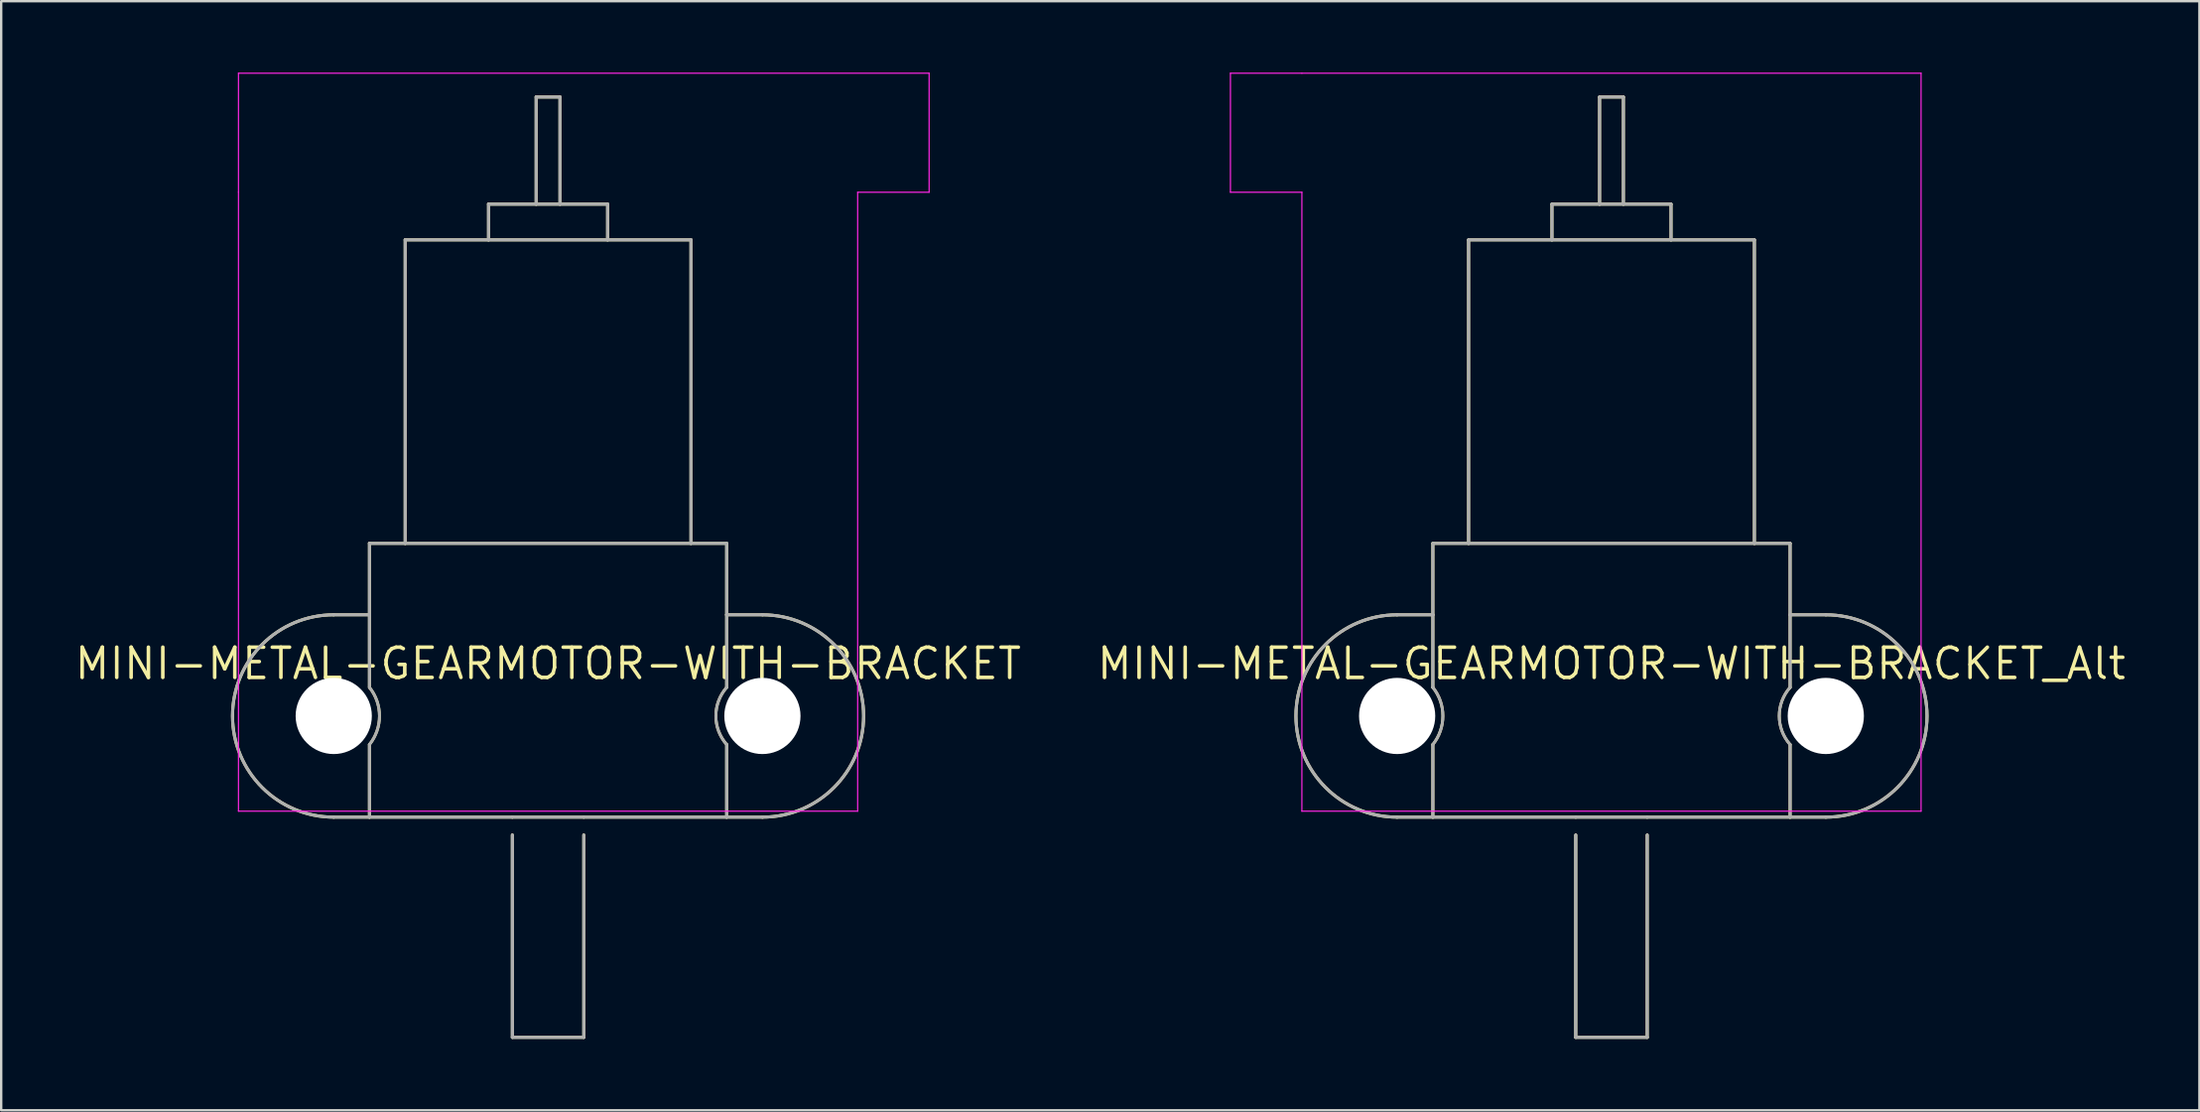
<source format=kicad_pcb>
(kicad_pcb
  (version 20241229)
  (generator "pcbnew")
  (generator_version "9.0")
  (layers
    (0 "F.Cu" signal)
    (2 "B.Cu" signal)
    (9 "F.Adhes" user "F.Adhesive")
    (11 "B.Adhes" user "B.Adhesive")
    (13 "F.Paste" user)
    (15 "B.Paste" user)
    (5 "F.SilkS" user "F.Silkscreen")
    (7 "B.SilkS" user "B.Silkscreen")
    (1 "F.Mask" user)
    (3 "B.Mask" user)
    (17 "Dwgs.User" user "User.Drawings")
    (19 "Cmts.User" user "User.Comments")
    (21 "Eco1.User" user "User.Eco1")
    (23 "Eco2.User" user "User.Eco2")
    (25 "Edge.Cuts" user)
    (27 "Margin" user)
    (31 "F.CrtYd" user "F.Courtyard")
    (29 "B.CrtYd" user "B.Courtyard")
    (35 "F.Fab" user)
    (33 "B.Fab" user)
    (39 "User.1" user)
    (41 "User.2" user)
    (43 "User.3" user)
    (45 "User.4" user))
  (footprint "MINI-METAL-GEARMOTOR-WITH-BRACKET_Alt"
    (layer "F.Cu")
    (at 64.617 27.025)
    (property "Reference" "MINI-METAL-GEARMOTOR-WITH-BRACKET_Alt" (at 0 -2.2 0) (layer "F.SilkS") (effects (font (size 1.27 1.27) (thickness 0.15))))
    (fp_line (start -9 -4.25) (end -7.5 -4.25) (stroke (width 0.127) (type solid)) (layer "F.SilkS"))
    (fp_line (start -9 4.25) (end -7.5 4.25) (stroke (width 0.127) (type solid)) (layer "F.SilkS"))
    (fp_line (start -7.5 -7.25) (end -6 -7.25) (stroke (width 0.127) (type solid)) (layer "F.SilkS"))
    (fp_line (start -7.5 -4.25) (end -7.5 -7.25) (stroke (width 0.127) (type solid)) (layer "F.SilkS"))
    (fp_line (start -7.5 -1.2) (end -7.5 -4.25) (stroke (width 0.127) (type solid)) (layer "F.SilkS"))
    (fp_line (start -7.5 4.25) (end -7.5 1.2) (stroke (width 0.127) (type solid)) (layer "F.SilkS"))
    (fp_line (start -6 -20) (end -2.5 -20) (stroke (width 0.127) (type solid)) (layer "F.SilkS"))
    (fp_line (start -6 -7.25) (end -6 -20) (stroke (width 0.127) (type solid)) (layer "F.SilkS"))
    (fp_line (start -6 -7.25) (end 6 -7.25) (stroke (width 0.127) (type solid)) (layer "F.SilkS"))
    (fp_line (start -2.5 -21.5) (end -0.5 -21.5) (stroke (width 0.127) (type solid)) (layer "F.SilkS"))
    (fp_line (start -2.5 -20) (end -2.5 -21.5) (stroke (width 0.127) (type solid)) (layer "F.SilkS"))
    (fp_line (start -2.5 -20) (end 2.5 -20) (stroke (width 0.127) (type solid)) (layer "F.SilkS"))
    (fp_line (start -1.5 4.25) (end -7.5 4.25) (stroke (width 0.127) (type solid)) (layer "F.SilkS"))
    (fp_line (start -1.5 5) (end -1.5 13.5) (stroke (width 0.127) (type solid)) (layer "F.SilkS"))
    (fp_line (start -1.5 13.5) (end 1.5 13.5) (stroke (width 0.127) (type solid)) (layer "F.SilkS"))
    (fp_line (start -0.5 -26) (end 0.5 -26) (stroke (width 0.127) (type solid)) (layer "F.SilkS"))
    (fp_line (start -0.5 -21.5) (end -0.5 -26) (stroke (width 0.127) (type solid)) (layer "F.SilkS"))
    (fp_line (start -0.5 -21.5) (end 0.5 -21.5) (stroke (width 0.127) (type solid)) (layer "F.SilkS"))
    (fp_line (start 0.5 -26) (end 0.5 -21.5) (stroke (width 0.127) (type solid)) (layer "F.SilkS"))
    (fp_line (start 0.5 -21.5) (end 2.5 -21.5) (stroke (width 0.127) (type solid)) (layer "F.SilkS"))
    (fp_line (start 1.5 4.25) (end -1.5 4.25) (stroke (width 0.127) (type solid)) (layer "F.SilkS"))
    (fp_line (start 1.5 13.5) (end 1.5 5) (stroke (width 0.127) (type solid)) (layer "F.SilkS"))
    (fp_line (start 2.5 -21.5) (end 2.5 -20) (stroke (width 0.127) (type solid)) (layer "F.SilkS"))
    (fp_line (start 2.5 -20) (end 6 -20) (stroke (width 0.127) (type solid)) (layer "F.SilkS"))
    (fp_line (start 6 -20) (end 6 -7.25) (stroke (width 0.127) (type solid)) (layer "F.SilkS"))
    (fp_line (start 6 -7.25) (end 7.5 -7.25) (stroke (width 0.127) (type solid)) (layer "F.SilkS"))
    (fp_line (start 7.5 -7.25) (end 7.5 -4.25) (stroke (width 0.127) (type solid)) (layer "F.SilkS"))
    (fp_line (start 7.5 -4.25) (end 7.5 -1.2) (stroke (width 0.127) (type solid)) (layer "F.SilkS"))
    (fp_line (start 7.5 4.25) (end 1.5 4.25) (stroke (width 0.127) (type solid)) (layer "F.SilkS"))
    (fp_line (start 7.5 4.25) (end 7.5 1.2) (stroke (width 0.127) (type solid)) (layer "F.SilkS"))
    (fp_line (start 9 -4.25) (end 7.5 -4.25) (stroke (width 0.127) (type solid)) (layer "F.SilkS"))
    (fp_line (start 9 4.25) (end 7.5 4.25) (stroke (width 0.127) (type solid)) (layer "F.SilkS"))
    (fp_arc (start -9 4.25) (mid -13.25 0) (end -9 -4.25) (stroke (width 0.127) (type solid)) (layer "F.SilkS"))
    (fp_arc (start -7.5 -1.2) (mid -7.079178 0) (end -7.5 1.2) (stroke (width 0.12) (type solid)) (layer "F.SilkS"))
    (fp_arc (start 7.5 1.2) (mid 7.045959 0) (end 7.5 -1.2) (stroke (width 0.12) (type solid)) (layer "F.SilkS"))
    (fp_arc (start 9 -4.25) (mid 13.25 0) (end 9 4.25) (stroke (width 0.127) (type solid)) (layer "F.SilkS"))
    (fp_line (start -16 -27) (end -13 -27) (stroke (width 0.05) (type default)) (layer "F.CrtYd"))
    (fp_line (start -16 -22) (end -16 -27) (stroke (width 0.05) (type default)) (layer "F.CrtYd"))
    (fp_line (start -13 -27) (end 13 -27) (stroke (width 0.05) (type default)) (layer "F.CrtYd"))
    (fp_line (start -13 -22) (end -16 -22) (stroke (width 0.05) (type default)) (layer "F.CrtYd"))
    (fp_line (start -13 4) (end -13 -22) (stroke (width 0.05) (type default)) (layer "F.CrtYd"))
    (fp_line (start 13 -27) (end 13 4) (stroke (width 0.05) (type default)) (layer "F.CrtYd"))
    (fp_line (start 13 4) (end -13 4) (stroke (width 0.05) (type default)) (layer "F.CrtYd"))
    (fp_line (start -9 -4.25) (end -7.5 -4.25) (stroke (width 0.127) (type solid)) (layer "F.Fab"))
    (fp_line (start -9 4.25) (end -7.5 4.25) (stroke (width 0.127) (type solid)) (layer "F.Fab"))
    (fp_line (start -7.5 -7.25) (end -6 -7.25) (stroke (width 0.127) (type solid)) (layer "F.Fab"))
    (fp_line (start -7.5 -4.25) (end -7.5 -7.25) (stroke (width 0.127) (type solid)) (layer "F.Fab"))
    (fp_line (start -7.5 -1.2) (end -7.5 -4.25) (stroke (width 0.127) (type solid)) (layer "F.Fab"))
    (fp_line (start -7.5 4.25) (end -7.5 1.2) (stroke (width 0.127) (type solid)) (layer "F.Fab"))
    (fp_line (start -6 -20) (end -2.5 -20) (stroke (width 0.127) (type solid)) (layer "F.Fab"))
    (fp_line (start -6 -7.25) (end -6 -20) (stroke (width 0.127) (type solid)) (layer "F.Fab"))
    (fp_line (start -6 -7.25) (end 6 -7.25) (stroke (width 0.127) (type solid)) (layer "F.Fab"))
    (fp_line (start -2.5 -21.5) (end -0.5 -21.5) (stroke (width 0.127) (type solid)) (layer "F.Fab"))
    (fp_line (start -2.5 -20) (end -2.5 -21.5) (stroke (width 0.127) (type solid)) (layer "F.Fab"))
    (fp_line (start -2.5 -20) (end 2.5 -20) (stroke (width 0.127) (type solid)) (layer "F.Fab"))
    (fp_line (start -1.5 4.25) (end -7.5 4.25) (stroke (width 0.127) (type solid)) (layer "F.Fab"))
    (fp_line (start -1.5 5) (end -1.5 13.5) (stroke (width 0.1) (type solid)) (layer "F.Fab"))
    (fp_line (start -1.5 5) (end -1.5 13.5) (stroke (width 0.127) (type solid)) (layer "F.Fab"))
    (fp_line (start -1.5 13.5) (end 1.5 13.5) (stroke (width 0.127) (type solid)) (layer "F.Fab"))
    (fp_line (start -0.5 -26) (end 0.5 -26) (stroke (width 0.127) (type solid)) (layer "F.Fab"))
    (fp_line (start -0.5 -21.5) (end -0.5 -26) (stroke (width 0.127) (type solid)) (layer "F.Fab"))
    (fp_line (start -0.5 -21.5) (end 0.5 -21.5) (stroke (width 0.127) (type solid)) (layer "F.Fab"))
    (fp_line (start 0.5 -26) (end 0.5 -21.5) (stroke (width 0.127) (type solid)) (layer "F.Fab"))
    (fp_line (start 0.5 -21.5) (end 2.5 -21.5) (stroke (width 0.127) (type solid)) (layer "F.Fab"))
    (fp_line (start 1.5 4.25) (end -1.5 4.25) (stroke (width 0.127) (type solid)) (layer "F.Fab"))
    (fp_line (start 1.5 13.5) (end 1.5 5) (stroke (width 0.127) (type solid)) (layer "F.Fab"))
    (fp_line (start 2.5 -21.5) (end 2.5 -20) (stroke (width 0.127) (type solid)) (layer "F.Fab"))
    (fp_line (start 2.5 -20) (end 6 -20) (stroke (width 0.127) (type solid)) (layer "F.Fab"))
    (fp_line (start 6 -20) (end 6 -7.25) (stroke (width 0.127) (type solid)) (layer "F.Fab"))
    (fp_line (start 6 -7.25) (end 7.5 -7.25) (stroke (width 0.127) (type solid)) (layer "F.Fab"))
    (fp_line (start 7.5 -7.25) (end 7.5 -4.25) (stroke (width 0.127) (type solid)) (layer "F.Fab"))
    (fp_line (start 7.5 -4.25) (end 7.5 -1.2) (stroke (width 0.127) (type solid)) (layer "F.Fab"))
    (fp_line (start 7.5 4.25) (end 1.5 4.25) (stroke (width 0.127) (type solid)) (layer "F.Fab"))
    (fp_line (start 7.5 4.25) (end 7.5 1.2) (stroke (width 0.127) (type solid)) (layer "F.Fab"))
    (fp_line (start 9 -4.25) (end 7.5 -4.25) (stroke (width 0.127) (type solid)) (layer "F.Fab"))
    (fp_line (start 9 4.25) (end 7.5 4.25) (stroke (width 0.127) (type solid)) (layer "F.Fab"))
    (fp_arc (start -9 4.25) (mid -13.25 0) (end -9 -4.25) (stroke (width 0.127) (type solid)) (layer "F.Fab"))
    (fp_arc (start -7.5 -1.2) (mid -7.079178 0) (end -7.5 1.2) (stroke (width 0.12) (type solid)) (layer "F.Fab"))
    (fp_arc (start 7.5 1.2) (mid 7.045959 0) (end 7.5 -1.2) (stroke (width 0.12) (type solid)) (layer "F.Fab"))
    (fp_arc (start 9 -4.25) (mid 13.25 0) (end 9 4.25) (stroke (width 0.127) (type solid)) (layer "F.Fab"))
    (pad "" np_thru_hole circle (at -9 0) (size 3.2 3.2) (drill 3.2) (layers "*.Cu" "*.Mask"))
    (pad "" np_thru_hole circle (at 9 0) (size 3.2 3.2) (drill 3.2) (layers "*.Cu" "*.Mask")))
  (footprint "MINI-METAL-GEARMOTOR-WITH-BRACKET"
    (layer "F.Cu")
    (at 19.964 27.025)
    (property "Reference" "MINI-METAL-GEARMOTOR-WITH-BRACKET" (at 0 -2.2 0) (layer "F.SilkS") (effects (font (size 1.27 1.27) (thickness 0.15))))
    (fp_line (start -9 -4.25) (end -7.5 -4.25) (stroke (width 0.127) (type solid)) (layer "F.SilkS"))
    (fp_line (start -9 4.25) (end -7.5 4.25) (stroke (width 0.127) (type solid)) (layer "F.SilkS"))
    (fp_line (start -7.5 -7.25) (end -6 -7.25) (stroke (width 0.127) (type solid)) (layer "F.SilkS"))
    (fp_line (start -7.5 -4.25) (end -7.5 -7.25) (stroke (width 0.127) (type solid)) (layer "F.SilkS"))
    (fp_line (start -7.5 -1.2) (end -7.5 -4.25) (stroke (width 0.127) (type solid)) (layer "F.SilkS"))
    (fp_line (start -7.5 4.25) (end -7.5 1.2) (stroke (width 0.127) (type solid)) (layer "F.SilkS"))
    (fp_line (start -6 -20) (end -2.5 -20) (stroke (width 0.127) (type solid)) (layer "F.SilkS"))
    (fp_line (start -6 -7.25) (end -6 -20) (stroke (width 0.127) (type solid)) (layer "F.SilkS"))
    (fp_line (start -6 -7.25) (end 6 -7.25) (stroke (width 0.127) (type solid)) (layer "F.SilkS"))
    (fp_line (start -2.5 -21.5) (end -0.5 -21.5) (stroke (width 0.127) (type solid)) (layer "F.SilkS"))
    (fp_line (start -2.5 -20) (end -2.5 -21.5) (stroke (width 0.127) (type solid)) (layer "F.SilkS"))
    (fp_line (start -2.5 -20) (end 2.5 -20) (stroke (width 0.127) (type solid)) (layer "F.SilkS"))
    (fp_line (start -1.5 4.25) (end -7.5 4.25) (stroke (width 0.127) (type solid)) (layer "F.SilkS"))
    (fp_line (start -1.5 5) (end -1.5 13.5) (stroke (width 0.127) (type solid)) (layer "F.SilkS"))
    (fp_line (start -1.5 13.5) (end 1.5 13.5) (stroke (width 0.127) (type solid)) (layer "F.SilkS"))
    (fp_line (start -0.5 -26) (end 0.5 -26) (stroke (width 0.127) (type solid)) (layer "F.SilkS"))
    (fp_line (start -0.5 -21.5) (end -0.5 -26) (stroke (width 0.127) (type solid)) (layer "F.SilkS"))
    (fp_line (start -0.5 -21.5) (end 0.5 -21.5) (stroke (width 0.127) (type solid)) (layer "F.SilkS"))
    (fp_line (start 0.5 -26) (end 0.5 -21.5) (stroke (width 0.127) (type solid)) (layer "F.SilkS"))
    (fp_line (start 0.5 -21.5) (end 2.5 -21.5) (stroke (width 0.127) (type solid)) (layer "F.SilkS"))
    (fp_line (start 1.5 4.25) (end -1.5 4.25) (stroke (width 0.127) (type solid)) (layer "F.SilkS"))
    (fp_line (start 1.5 13.5) (end 1.5 5) (stroke (width 0.127) (type solid)) (layer "F.SilkS"))
    (fp_line (start 2.5 -21.5) (end 2.5 -20) (stroke (width 0.127) (type solid)) (layer "F.SilkS"))
    (fp_line (start 2.5 -20) (end 6 -20) (stroke (width 0.127) (type solid)) (layer "F.SilkS"))
    (fp_line (start 6 -20) (end 6 -7.25) (stroke (width 0.127) (type solid)) (layer "F.SilkS"))
    (fp_line (start 6 -7.25) (end 7.5 -7.25) (stroke (width 0.127) (type solid)) (layer "F.SilkS"))
    (fp_line (start 7.5 -7.25) (end 7.5 -4.25) (stroke (width 0.127) (type solid)) (layer "F.SilkS"))
    (fp_line (start 7.5 -4.25) (end 7.5 -1.2) (stroke (width 0.127) (type solid)) (layer "F.SilkS"))
    (fp_line (start 7.5 4.25) (end 1.5 4.25) (stroke (width 0.127) (type solid)) (layer "F.SilkS"))
    (fp_line (start 7.5 4.25) (end 7.5 1.2) (stroke (width 0.127) (type solid)) (layer "F.SilkS"))
    (fp_line (start 9 -4.25) (end 7.5 -4.25) (stroke (width 0.127) (type solid)) (layer "F.SilkS"))
    (fp_line (start 9 4.25) (end 7.5 4.25) (stroke (width 0.127) (type solid)) (layer "F.SilkS"))
    (fp_arc (start -9 4.25) (mid -13.25 0) (end -9 -4.25) (stroke (width 0.127) (type solid)) (layer "F.SilkS"))
    (fp_arc (start -7.5 -1.2) (mid -7.079178 0) (end -7.5 1.2) (stroke (width 0.12) (type solid)) (layer "F.SilkS"))
    (fp_arc (start 7.5 1.2) (mid 7.045959 0) (end 7.5 -1.2) (stroke (width 0.12) (type solid)) (layer "F.SilkS"))
    (fp_arc (start 9 -4.25) (mid 13.25 0) (end 9 4.25) (stroke (width 0.127) (type solid)) (layer "F.SilkS"))
    (fp_line (start -13 -27) (end 16 -27) (stroke (width 0.05) (type default)) (layer "F.CrtYd"))
    (fp_line (start -13 -22) (end -13 -27) (stroke (width 0.05) (type default)) (layer "F.CrtYd"))
    (fp_line (start -13 4) (end -13 -22) (stroke (width 0.05) (type default)) (layer "F.CrtYd"))
    (fp_line (start 13 -22) (end 13 4) (stroke (width 0.05) (type default)) (layer "F.CrtYd"))
    (fp_line (start 13 4) (end -13 4) (stroke (width 0.05) (type default)) (layer "F.CrtYd"))
    (fp_line (start 16 -27) (end 16 -22) (stroke (width 0.05) (type default)) (layer "F.CrtYd"))
    (fp_line (start 16 -22) (end 13 -22) (stroke (width 0.05) (type default)) (layer "F.CrtYd"))
    (fp_line (start -9 -4.25) (end -7.5 -4.25) (stroke (width 0.127) (type solid)) (layer "F.Fab"))
    (fp_line (start -9 4.25) (end -7.5 4.25) (stroke (width 0.127) (type solid)) (layer "F.Fab"))
    (fp_line (start -7.5 -7.25) (end -6 -7.25) (stroke (width 0.127) (type solid)) (layer "F.Fab"))
    (fp_line (start -7.5 -4.25) (end -7.5 -7.25) (stroke (width 0.127) (type solid)) (layer "F.Fab"))
    (fp_line (start -7.5 -1.2) (end -7.5 -4.25) (stroke (width 0.127) (type solid)) (layer "F.Fab"))
    (fp_line (start -7.5 4.25) (end -7.5 1.2) (stroke (width 0.127) (type solid)) (layer "F.Fab"))
    (fp_line (start -6 -20) (end -2.5 -20) (stroke (width 0.127) (type solid)) (layer "F.Fab"))
    (fp_line (start -6 -7.25) (end -6 -20) (stroke (width 0.127) (type solid)) (layer "F.Fab"))
    (fp_line (start -6 -7.25) (end 6 -7.25) (stroke (width 0.127) (type solid)) (layer "F.Fab"))
    (fp_line (start -2.5 -21.5) (end -0.5 -21.5) (stroke (width 0.127) (type solid)) (layer "F.Fab"))
    (fp_line (start -2.5 -20) (end -2.5 -21.5) (stroke (width 0.127) (type solid)) (layer "F.Fab"))
    (fp_line (start -2.5 -20) (end 2.5 -20) (stroke (width 0.127) (type solid)) (layer "F.Fab"))
    (fp_line (start -1.5 4.25) (end -7.5 4.25) (stroke (width 0.127) (type solid)) (layer "F.Fab"))
    (fp_line (start -1.5 5) (end -1.5 13.5) (stroke (width 0.1) (type solid)) (layer "F.Fab"))
    (fp_line (start -1.5 5) (end -1.5 13.5) (stroke (width 0.127) (type solid)) (layer "F.Fab"))
    (fp_line (start -1.5 13.5) (end 1.5 13.5) (stroke (width 0.127) (type solid)) (layer "F.Fab"))
    (fp_line (start -0.5 -26) (end 0.5 -26) (stroke (width 0.127) (type solid)) (layer "F.Fab"))
    (fp_line (start -0.5 -21.5) (end -0.5 -26) (stroke (width 0.127) (type solid)) (layer "F.Fab"))
    (fp_line (start -0.5 -21.5) (end 0.5 -21.5) (stroke (width 0.127) (type solid)) (layer "F.Fab"))
    (fp_line (start 0.5 -26) (end 0.5 -21.5) (stroke (width 0.127) (type solid)) (layer "F.Fab"))
    (fp_line (start 0.5 -21.5) (end 2.5 -21.5) (stroke (width 0.127) (type solid)) (layer "F.Fab"))
    (fp_line (start 1.5 4.25) (end -1.5 4.25) (stroke (width 0.127) (type solid)) (layer "F.Fab"))
    (fp_line (start 1.5 13.5) (end 1.5 5) (stroke (width 0.127) (type solid)) (layer "F.Fab"))
    (fp_line (start 2.5 -21.5) (end 2.5 -20) (stroke (width 0.127) (type solid)) (layer "F.Fab"))
    (fp_line (start 2.5 -20) (end 6 -20) (stroke (width 0.127) (type solid)) (layer "F.Fab"))
    (fp_line (start 6 -20) (end 6 -7.25) (stroke (width 0.127) (type solid)) (layer "F.Fab"))
    (fp_line (start 6 -7.25) (end 7.5 -7.25) (stroke (width 0.127) (type solid)) (layer "F.Fab"))
    (fp_line (start 7.5 -7.25) (end 7.5 -4.25) (stroke (width 0.127) (type solid)) (layer "F.Fab"))
    (fp_line (start 7.5 -4.25) (end 7.5 -1.2) (stroke (width 0.127) (type solid)) (layer "F.Fab"))
    (fp_line (start 7.5 4.25) (end 1.5 4.25) (stroke (width 0.127) (type solid)) (layer "F.Fab"))
    (fp_line (start 7.5 4.25) (end 7.5 1.2) (stroke (width 0.127) (type solid)) (layer "F.Fab"))
    (fp_line (start 9 -4.25) (end 7.5 -4.25) (stroke (width 0.127) (type solid)) (layer "F.Fab"))
    (fp_line (start 9 4.25) (end 7.5 4.25) (stroke (width 0.127) (type solid)) (layer "F.Fab"))
    (fp_arc (start -9 4.25) (mid -13.25 0) (end -9 -4.25) (stroke (width 0.127) (type solid)) (layer "F.Fab"))
    (fp_arc (start -7.5 -1.2) (mid -7.079178 0) (end -7.5 1.2) (stroke (width 0.12) (type solid)) (layer "F.Fab"))
    (fp_arc (start 7.5 1.2) (mid 7.045959 0) (end 7.5 -1.2) (stroke (width 0.12) (type solid)) (layer "F.Fab"))
    (fp_arc (start 9 -4.25) (mid 13.25 0) (end 9 4.25) (stroke (width 0.127) (type solid)) (layer "F.Fab"))
    (pad "" np_thru_hole circle (at -9 0) (size 3.2 3.2) (drill 3.2) (layers "*.Cu" "*.Mask"))
    (pad "" np_thru_hole circle (at 9 0) (size 3.2 3.2) (drill 3.2) (layers "*.Cu" "*.Mask")))
  (gr_rect
    (start -3 -3)
    (end 89.305 43.589)
    (stroke (width 0.1) (type default))
    (fill no)
    (layer "Edge.Cuts")))
</source>
